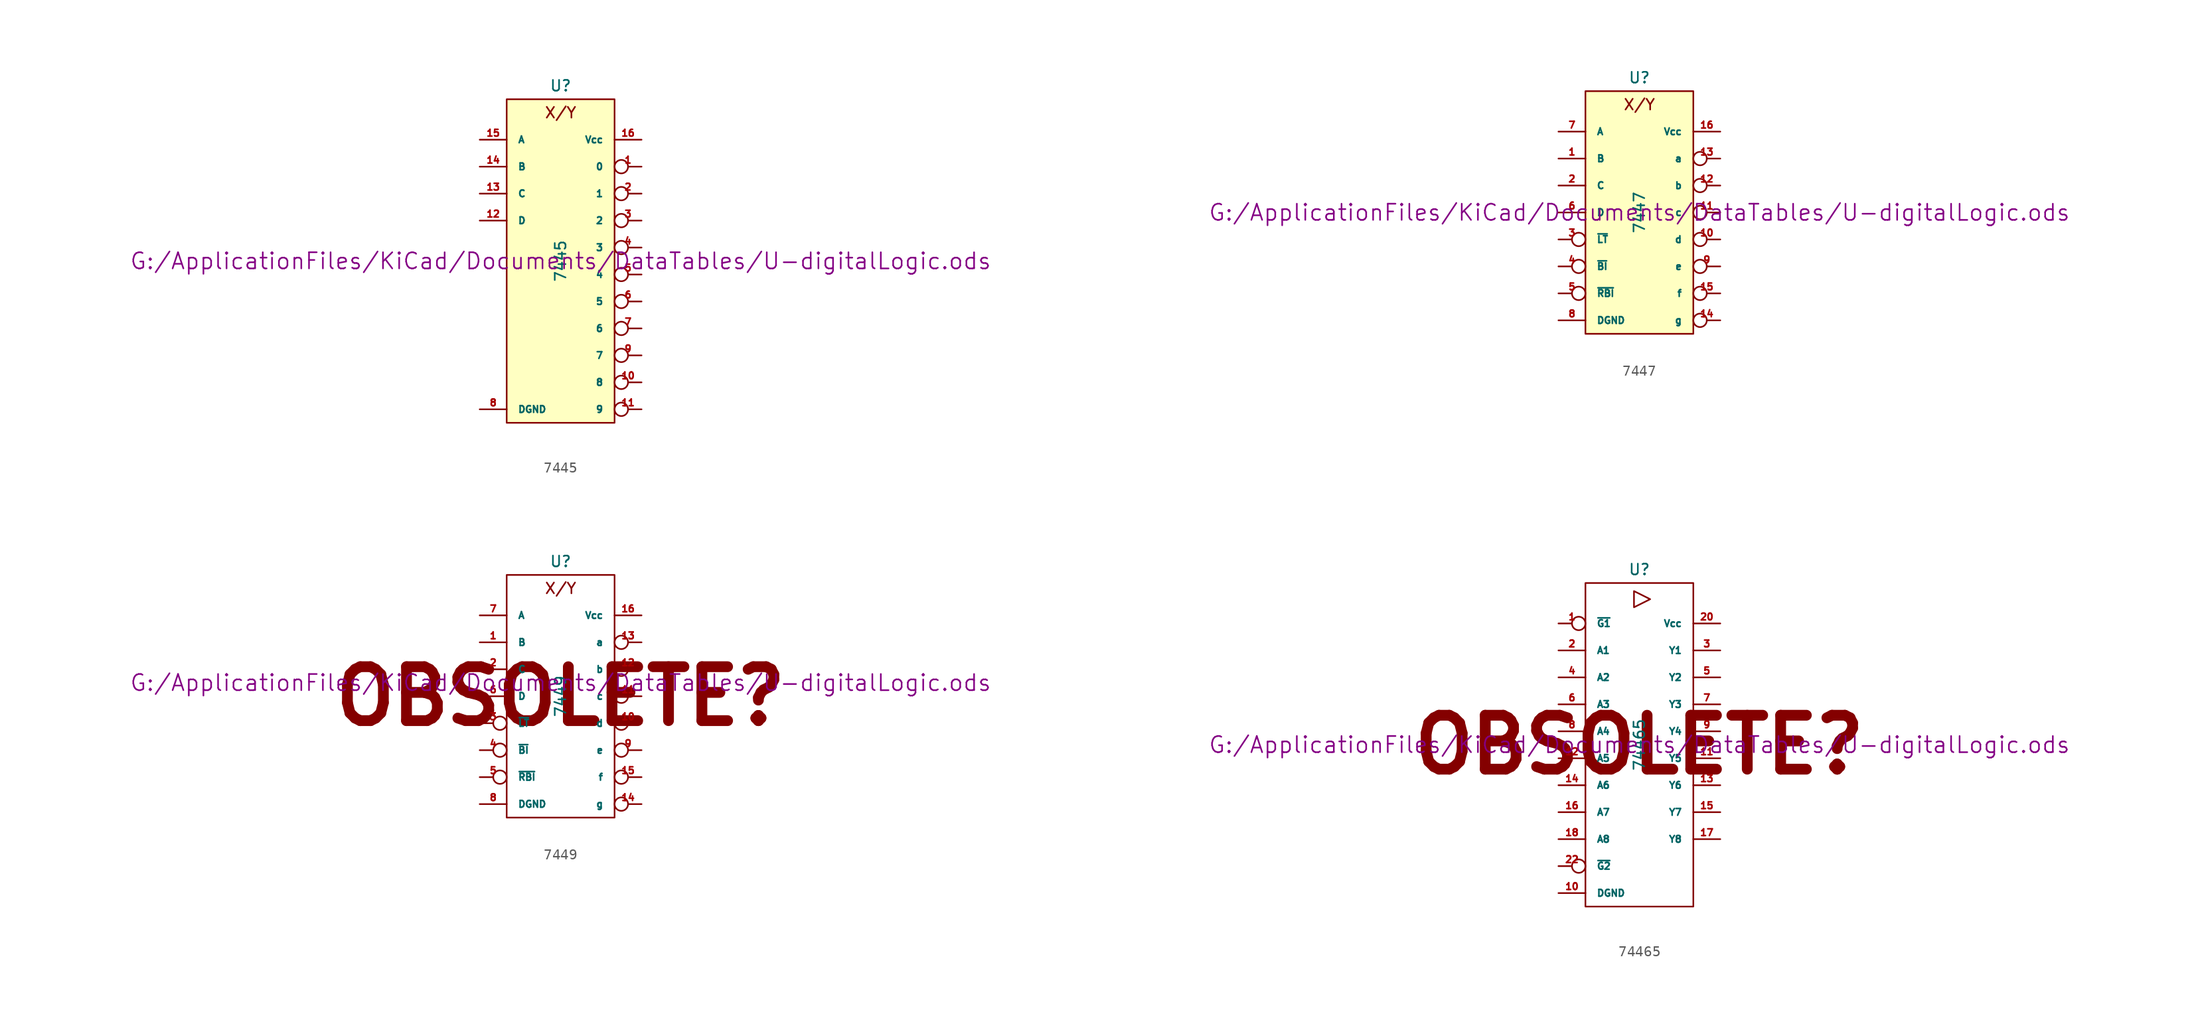
<source format=kicad_sym>
(kicad_symbol_lib
  (version 20211014)
  (generator kicad_symbol_editor)
  (symbol "7445"
    (pin_names
      (offset 1.016))
    (property "Reference" "U"
      (at 0 16.51 0)
      (effects (font (size 1.016 1.016))))
    (property "Value" "7445"
      (at 0 0 90)
      (effects (font (size 1.016 1.016))))
    (property "Footprint" ""
      (at 0 0 0)
      (effects (font (size 1.524 1.524))))
    (property "Datasheet" "G:/ApplicationFiles/KiCad/Documents/DataTables/U-digitalLogic.ods"
      (at 0 0 0)
      (effects (font (size 1.524 1.524))))
    (symbol "7445_0_0"
      (text "X/Y" (at 0 13.97 0) (effects (font (size 1.016 1.016)))))
    (symbol "7445_0_1"
      (rectangle (start -5.08 15.24) (end 5.08 -15.24) (stroke (width 0) (type default) (color 0 0 0 0)) (fill (type background))))
    (symbol "7445_1_1"
      (pin output inverted (at 7.62 8.89 180) (length 2.54) (name "0" (effects (font (size 0.635 0.635)))) (number "1" (effects (font (size 0.635 0.635)))))
      (pin output inverted (at 7.62 -11.43 180) (length 2.54) (name "8" (effects (font (size 0.635 0.635)))) (number "10" (effects (font (size 0.635 0.635)))))
      (pin output inverted (at 7.62 -13.97 180) (length 2.54) (name "9" (effects (font (size 0.635 0.635)))) (number "11" (effects (font (size 0.635 0.635)))))
      (pin input line (at -7.62 3.81 0) (length 2.54) (name "D" (effects (font (size 0.635 0.635)))) (number "12" (effects (font (size 0.635 0.635)))))
      (pin input line (at -7.62 6.35 0) (length 2.54) (name "C" (effects (font (size 0.635 0.635)))) (number "13" (effects (font (size 0.635 0.635)))))
      (pin input line (at -7.62 8.89 0) (length 2.54) (name "B" (effects (font (size 0.635 0.635)))) (number "14" (effects (font (size 0.635 0.635)))))
      (pin input line (at -7.62 11.43 0) (length 2.54) (name "A" (effects (font (size 0.635 0.635)))) (number "15" (effects (font (size 0.635 0.635)))))
      (pin power_in line (at 7.62 11.43 180) (length 2.54) (name "Vcc" (effects (font (size 0.635 0.635)))) (number "16" (effects (font (size 0.635 0.635)))))
      (pin output inverted (at 7.62 6.35 180) (length 2.54) (name "1" (effects (font (size 0.635 0.635)))) (number "2" (effects (font (size 0.635 0.635)))))
      (pin output inverted (at 7.62 3.81 180) (length 2.54) (name "2" (effects (font (size 0.635 0.635)))) (number "3" (effects (font (size 0.635 0.635)))))
      (pin output inverted (at 7.62 1.27 180) (length 2.54) (name "3" (effects (font (size 0.635 0.635)))) (number "4" (effects (font (size 0.635 0.635)))))
      (pin output inverted (at 7.62 -1.27 180) (length 2.54) (name "4" (effects (font (size 0.635 0.635)))) (number "5" (effects (font (size 0.635 0.635)))))
      (pin output inverted (at 7.62 -3.81 180) (length 2.54) (name "5" (effects (font (size 0.635 0.635)))) (number "6" (effects (font (size 0.635 0.635)))))
      (pin output inverted (at 7.62 -6.35 180) (length 2.54) (name "6" (effects (font (size 0.635 0.635)))) (number "7" (effects (font (size 0.635 0.635)))))
      (pin power_in line (at -7.62 -13.97 0) (length 2.54) (name "DGND" (effects (font (size 0.635 0.635)))) (number "8" (effects (font (size 0.635 0.635)))))
      (pin output inverted (at 7.62 -8.89 180) (length 2.54) (name "7" (effects (font (size 0.635 0.635)))) (number "9" (effects (font (size 0.635 0.635)))))))
  (symbol "7447"
    (pin_names
      (offset 1.016))
    (property "Reference" "U"
      (at 0 12.7 0)
      (effects (font (size 1.016 1.016))))
    (property "Value" "7447"
      (at 0 0 90)
      (effects (font (size 1.016 1.016))))
    (property "Footprint" ""
      (at 0 0 0)
      (effects (font (size 1.524 1.524))))
    (property "Datasheet" "G:/ApplicationFiles/KiCad/Documents/DataTables/U-digitalLogic.ods"
      (at 0 0 0)
      (effects (font (size 1.524 1.524))))
    (symbol "7447_0_0"
      (text "X/Y" (at 0 10.16 0) (effects (font (size 1.016 1.016)))))
    (symbol "7447_0_1"
      (rectangle (start -5.08 11.43) (end 5.08 -11.43) (stroke (width 0) (type default) (color 0 0 0 0)) (fill (type background))))
    (symbol "7447_1_1"
      (pin input line (at -7.62 5.08 0) (length 2.54) (name "B" (effects (font (size 0.635 0.635)))) (number "1" (effects (font (size 0.635 0.635)))))
      (pin open_collector inverted (at 7.62 -2.54 180) (length 2.54) (name "d" (effects (font (size 0.635 0.635)))) (number "10" (effects (font (size 0.635 0.635)))))
      (pin open_collector inverted (at 7.62 0 180) (length 2.54) (name "c" (effects (font (size 0.635 0.635)))) (number "11" (effects (font (size 0.635 0.635)))))
      (pin open_collector inverted (at 7.62 2.54 180) (length 2.54) (name "b" (effects (font (size 0.635 0.635)))) (number "12" (effects (font (size 0.635 0.635)))))
      (pin open_collector inverted (at 7.62 5.08 180) (length 2.54) (name "a" (effects (font (size 0.635 0.635)))) (number "13" (effects (font (size 0.635 0.635)))))
      (pin open_collector inverted (at 7.62 -10.16 180) (length 2.54) (name "g" (effects (font (size 0.635 0.635)))) (number "14" (effects (font (size 0.635 0.635)))))
      (pin open_collector inverted (at 7.62 -7.62 180) (length 2.54) (name "f" (effects (font (size 0.635 0.635)))) (number "15" (effects (font (size 0.635 0.635)))))
      (pin power_in line (at 7.62 7.62 180) (length 2.54) (name "Vcc" (effects (font (size 0.635 0.635)))) (number "16" (effects (font (size 0.635 0.635)))))
      (pin input line (at -7.62 2.54 0) (length 2.54) (name "C" (effects (font (size 0.635 0.635)))) (number "2" (effects (font (size 0.635 0.635)))))
      (pin input inverted (at -7.62 -2.54 0) (length 2.54) (name "~{LT}" (effects (font (size 0.635 0.635)))) (number "3" (effects (font (size 0.635 0.635)))))
      (pin input inverted (at -7.62 -5.08 0) (length 2.54) (name "~{BI}" (effects (font (size 0.635 0.635)))) (number "4" (effects (font (size 0.635 0.635)))))
      (pin input inverted (at -7.62 -7.62 0) (length 2.54) (name "~{RBI}" (effects (font (size 0.635 0.635)))) (number "5" (effects (font (size 0.635 0.635)))))
      (pin input line (at -7.62 0 0) (length 2.54) (name "D" (effects (font (size 0.635 0.635)))) (number "6" (effects (font (size 0.635 0.635)))))
      (pin input line (at -7.62 7.62 0) (length 2.54) (name "A" (effects (font (size 0.635 0.635)))) (number "7" (effects (font (size 0.635 0.635)))))
      (pin power_in line (at -7.62 -10.16 0) (length 2.54) (name "DGND" (effects (font (size 0.635 0.635)))) (number "8" (effects (font (size 0.635 0.635)))))
      (pin open_collector inverted (at 7.62 -5.08 180) (length 2.54) (name "e" (effects (font (size 0.635 0.635)))) (number "9" (effects (font (size 0.635 0.635)))))))
  (symbol "7449"
    (pin_names
      (offset 1.016))
    (property "Reference" "U"
      (at 0 12.7 0)
      (effects (font (size 1.016 1.016))))
    (property "Value" "7449"
      (at 0 0 90)
      (effects (font (size 1.016 1.016))))
    (property "Footprint" ""
      (at 0 1.27 0)
      (effects (font (size 1.524 1.524))))
    (property "Datasheet" "G:/ApplicationFiles/KiCad/Documents/DataTables/U-digitalLogic.ods"
      (at 0 1.27 0)
      (effects (font (size 1.524 1.524))))
    (symbol "7449_0_0"
      (text "OBSOLETE?" (at 0 0 0) (effects (font (size 5.08 5.08) bold)))
      (text "X/Y" (at 0 10.16 0) (effects (font (size 1.016 1.016)))))
    (symbol "7449_0_1"
      (rectangle (start -5.08 11.43) (end 5.08 -11.43) (stroke (width 0) (type default) (color 0 0 0 0)) (fill (type none))))
    (symbol "7449_1_1"
      (pin input line (at -7.62 5.08 0) (length 2.54) (name "B" (effects (font (size 0.635 0.635)))) (number "1" (effects (font (size 0.635 0.635)))))
      (pin open_collector inverted (at 7.62 -2.54 180) (length 2.54) (name "d" (effects (font (size 0.635 0.635)))) (number "10" (effects (font (size 0.635 0.635)))))
      (pin open_collector inverted (at 7.62 0 180) (length 2.54) (name "c" (effects (font (size 0.635 0.635)))) (number "11" (effects (font (size 0.635 0.635)))))
      (pin open_collector inverted (at 7.62 2.54 180) (length 2.54) (name "b" (effects (font (size 0.635 0.635)))) (number "12" (effects (font (size 0.635 0.635)))))
      (pin open_collector inverted (at 7.62 5.08 180) (length 2.54) (name "a" (effects (font (size 0.635 0.635)))) (number "13" (effects (font (size 0.635 0.635)))))
      (pin open_collector inverted (at 7.62 -10.16 180) (length 2.54) (name "g" (effects (font (size 0.635 0.635)))) (number "14" (effects (font (size 0.635 0.635)))))
      (pin open_collector inverted (at 7.62 -7.62 180) (length 2.54) (name "f" (effects (font (size 0.635 0.635)))) (number "15" (effects (font (size 0.635 0.635)))))
      (pin power_in line (at 7.62 7.62 180) (length 2.54) (name "Vcc" (effects (font (size 0.635 0.635)))) (number "16" (effects (font (size 0.635 0.635)))))
      (pin input line (at -7.62 2.54 0) (length 2.54) (name "C" (effects (font (size 0.635 0.635)))) (number "2" (effects (font (size 0.635 0.635)))))
      (pin input inverted (at -7.62 -2.54 0) (length 2.54) (name "~{LT}" (effects (font (size 0.635 0.635)))) (number "3" (effects (font (size 0.635 0.635)))))
      (pin input inverted (at -7.62 -5.08 0) (length 2.54) (name "~{BI}" (effects (font (size 0.635 0.635)))) (number "4" (effects (font (size 0.635 0.635)))))
      (pin input inverted (at -7.62 -7.62 0) (length 2.54) (name "~{RBI}" (effects (font (size 0.635 0.635)))) (number "5" (effects (font (size 0.635 0.635)))))
      (pin input line (at -7.62 0 0) (length 2.54) (name "D" (effects (font (size 0.635 0.635)))) (number "6" (effects (font (size 0.635 0.635)))))
      (pin input line (at -7.62 7.62 0) (length 2.54) (name "A" (effects (font (size 0.635 0.635)))) (number "7" (effects (font (size 0.635 0.635)))))
      (pin power_in line (at -7.62 -10.16 0) (length 2.54) (name "DGND" (effects (font (size 0.635 0.635)))) (number "8" (effects (font (size 0.635 0.635)))))
      (pin open_collector inverted (at 7.62 -5.08 180) (length 2.54) (name "e" (effects (font (size 0.635 0.635)))) (number "9" (effects (font (size 0.635 0.635)))))))
  (symbol "74465"
    (pin_names
      (offset 1.016))
    (property "Reference" "U"
      (at 0 16.51 0)
      (effects (font (size 1.016 1.016))))
    (property "Value" "74465"
      (at 0 0 90)
      (effects (font (size 1.016 1.016))))
    (property "Footprint" ""
      (at 0 0 0)
      (effects (font (size 1.524 1.524))))
    (property "Datasheet" "G:/ApplicationFiles/KiCad/Documents/DataTables/U-digitalLogic.ods"
      (at 0 0 0)
      (effects (font (size 1.524 1.524))))
    (symbol "74465_0_0"
      (polyline (pts (xy -0.508 14.478) (xy -0.508 12.954) (xy 1.016 13.716) (xy -0.508 14.478)) (stroke (width 0) (type default) (color 0 0 0 0)) (fill (type none)))
      (text "OBSOLETE?" (at 0 0 0) (effects (font (size 5.08 5.08) bold))))
    (symbol "74465_0_1"
      (rectangle (start -5.08 15.24) (end 5.08 -15.24) (stroke (width 0) (type default) (color 0 0 0 0)) (fill (type none))))
    (symbol "74465_1_1"
      (pin input inverted (at -7.62 11.43 0) (length 2.54) (name "~{G1}" (effects (font (size 0.635 0.635)))) (number "1" (effects (font (size 0.635 0.635)))))
      (pin power_in line (at -7.62 -13.97 0) (length 2.54) (name "DGND" (effects (font (size 0.635 0.635)))) (number "10" (effects (font (size 0.635 0.635)))))
      (pin tri_state line (at 7.62 -1.27 180) (length 2.54) (name "Y5" (effects (font (size 0.635 0.635)))) (number "11" (effects (font (size 0.635 0.635)))))
      (pin input line (at -7.62 -1.27 0) (length 2.54) (name "A5" (effects (font (size 0.635 0.635)))) (number "12" (effects (font (size 0.635 0.635)))))
      (pin tri_state line (at 7.62 -3.81 180) (length 2.54) (name "Y6" (effects (font (size 0.635 0.635)))) (number "13" (effects (font (size 0.635 0.635)))))
      (pin input line (at -7.62 -3.81 0) (length 2.54) (name "A6" (effects (font (size 0.635 0.635)))) (number "14" (effects (font (size 0.635 0.635)))))
      (pin tri_state line (at 7.62 -6.35 180) (length 2.54) (name "Y7" (effects (font (size 0.635 0.635)))) (number "15" (effects (font (size 0.635 0.635)))))
      (pin input line (at -7.62 -6.35 0) (length 2.54) (name "A7" (effects (font (size 0.635 0.635)))) (number "16" (effects (font (size 0.635 0.635)))))
      (pin tri_state line (at 7.62 -8.89 180) (length 2.54) (name "Y8" (effects (font (size 0.635 0.635)))) (number "17" (effects (font (size 0.635 0.635)))))
      (pin input line (at -7.62 -8.89 0) (length 2.54) (name "A8" (effects (font (size 0.635 0.635)))) (number "18" (effects (font (size 0.635 0.635)))))
      (pin input line (at -7.62 8.89 0) (length 2.54) (name "A1" (effects (font (size 0.635 0.635)))) (number "2" (effects (font (size 0.635 0.635)))))
      (pin power_in line (at 7.62 11.43 180) (length 2.54) (name "Vcc" (effects (font (size 0.635 0.635)))) (number "20" (effects (font (size 0.635 0.635)))))
      (pin input inverted (at -7.62 -11.43 0) (length 2.54) (name "~{G2}" (effects (font (size 0.635 0.635)))) (number "22" (effects (font (size 0.635 0.635)))))
      (pin tri_state line (at 7.62 8.89 180) (length 2.54) (name "Y1" (effects (font (size 0.635 0.635)))) (number "3" (effects (font (size 0.635 0.635)))))
      (pin input line (at -7.62 6.35 0) (length 2.54) (name "A2" (effects (font (size 0.635 0.635)))) (number "4" (effects (font (size 0.635 0.635)))))
      (pin tri_state line (at 7.62 6.35 180) (length 2.54) (name "Y2" (effects (font (size 0.635 0.635)))) (number "5" (effects (font (size 0.635 0.635)))))
      (pin input line (at -7.62 3.81 0) (length 2.54) (name "A3" (effects (font (size 0.635 0.635)))) (number "6" (effects (font (size 0.635 0.635)))))
      (pin tri_state line (at 7.62 3.81 180) (length 2.54) (name "Y3" (effects (font (size 0.635 0.635)))) (number "7" (effects (font (size 0.635 0.635)))))
      (pin input line (at -7.62 1.27 0) (length 2.54) (name "A4" (effects (font (size 0.635 0.635)))) (number "8" (effects (font (size 0.635 0.635)))))
      (pin tri_state line (at 7.62 1.27 180) (length 2.54) (name "Y4" (effects (font (size 0.635 0.635)))) (number "9" (effects (font (size 0.635 0.635))))))))
</source>
